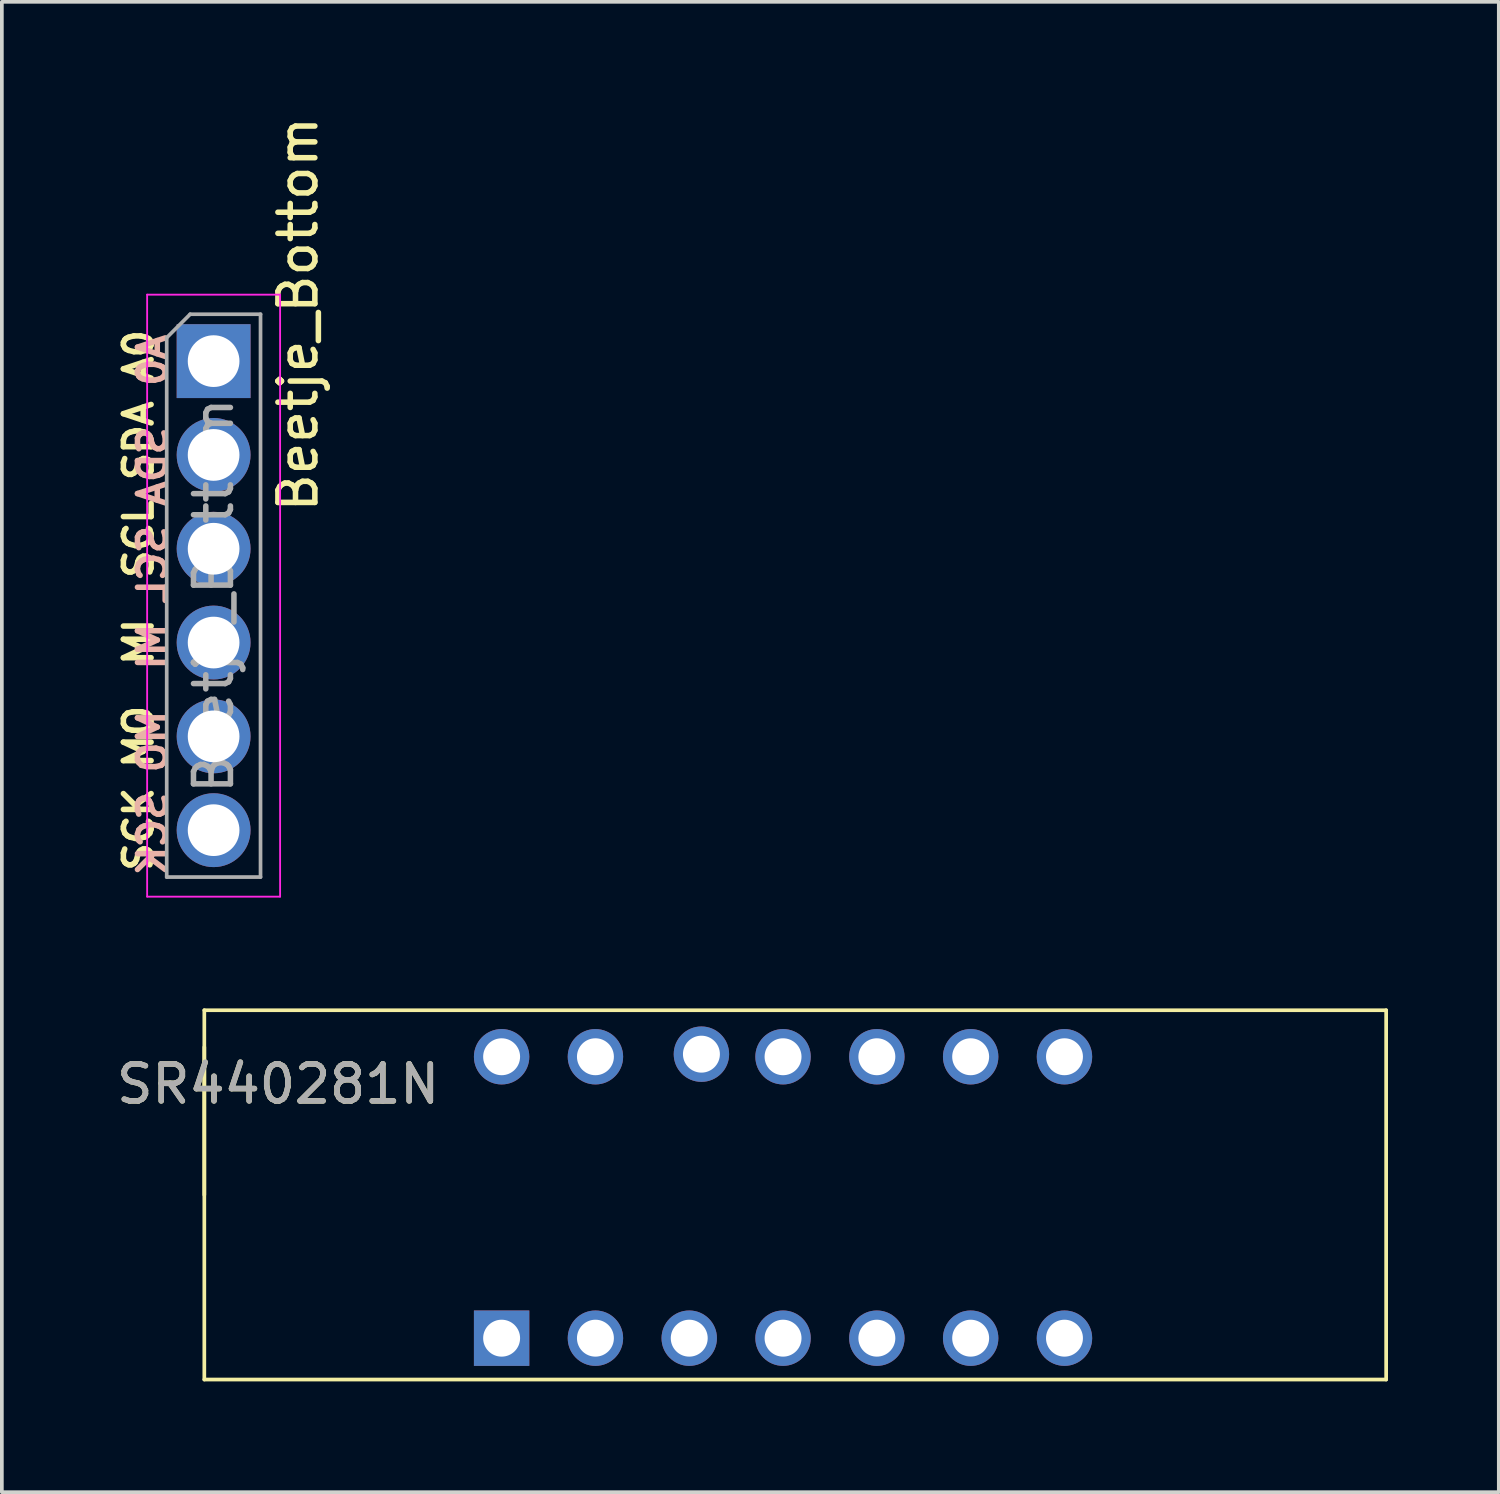
<source format=kicad_pcb>
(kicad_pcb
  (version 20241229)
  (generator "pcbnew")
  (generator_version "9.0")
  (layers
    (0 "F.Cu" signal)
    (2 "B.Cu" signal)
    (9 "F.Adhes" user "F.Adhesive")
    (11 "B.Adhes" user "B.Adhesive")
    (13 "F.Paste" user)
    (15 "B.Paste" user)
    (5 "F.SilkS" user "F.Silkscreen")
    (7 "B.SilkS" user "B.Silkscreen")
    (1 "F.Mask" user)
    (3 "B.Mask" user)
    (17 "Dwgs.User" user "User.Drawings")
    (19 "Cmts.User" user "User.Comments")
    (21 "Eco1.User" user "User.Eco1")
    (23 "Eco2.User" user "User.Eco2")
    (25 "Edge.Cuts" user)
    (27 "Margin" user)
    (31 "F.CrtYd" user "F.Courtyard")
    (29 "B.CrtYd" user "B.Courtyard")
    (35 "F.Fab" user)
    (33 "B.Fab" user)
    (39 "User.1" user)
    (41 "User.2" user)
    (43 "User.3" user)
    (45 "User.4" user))
  (footprint "SR440281N"
    (layer "F.Cu")
    (at 18.482 29.303)
    (property "Reference" "SR440281N" (at -14 -3 180) (layer "F.SilkS") (effects (font (size 1 1) (thickness 0.15))))
    (attr through_hole)
    (fp_line (start -16 -5) (end 16 -5) (stroke (width 0.1) (type solid)) (layer "F.SilkS"))
    (fp_line (start -16 0) (end -16 -4) (stroke (width 0.1) (type solid)) (layer "F.SilkS"))
    (fp_line (start -16 5) (end -16 -5) (stroke (width 0.1) (type solid)) (layer "F.SilkS"))
    (fp_line (start 16 -5) (end 16 5) (stroke (width 0.1) (type solid)) (layer "F.SilkS"))
    (fp_line (start 16 5) (end -16 5) (stroke (width 0.1) (type solid)) (layer "F.SilkS"))
    (fp_text user "${REFERENCE}" (at -14 -3 180) (layer "F.Fab") (effects (font (size 1 1) (thickness 0.15))))
    (pad "1" thru_hole rect (at -7.95 3.88 90) (size 1.5 1.5) (drill 1) (layers "*.Cu" "*.Mask"))
    (pad "2" thru_hole circle (at -5.41 3.88 90) (size 1.5 1.5) (drill 1) (layers "*.Cu" "*.Mask"))
    (pad "3" thru_hole circle (at -2.87 3.88 90) (size 1.5 1.5) (drill 1) (layers "*.Cu" "*.Mask"))
    (pad "4" thru_hole circle (at -0.33 3.88 90) (size 1.5 1.5) (drill 1) (layers "*.Cu" "*.Mask"))
    (pad "5" thru_hole circle (at 2.21 3.88 90) (size 1.5 1.5) (drill 1) (layers "*.Cu" "*.Mask"))
    (pad "6" thru_hole circle (at 4.75 3.88 90) (size 1.5 1.5) (drill 1) (layers "*.Cu" "*.Mask"))
    (pad "7" thru_hole circle (at 7.29 3.88 90) (size 1.5 1.5) (drill 1) (layers "*.Cu" "*.Mask"))
    (pad "8" thru_hole circle (at 7.29 -3.74 90) (size 1.5 1.5) (drill 1) (layers "*.Cu" "*.Mask"))
    (pad "9" thru_hole circle (at 4.75 -3.74 90) (size 1.5 1.5) (drill 1) (layers "*.Cu" "*.Mask"))
    (pad "10" thru_hole circle (at 2.21 -3.74 90) (size 1.5 1.5) (drill 1) (layers "*.Cu" "*.Mask"))
    (pad "11" thru_hole circle (at -0.33 -3.74 90) (size 1.5 1.5) (drill 1) (layers "*.Cu" "*.Mask"))
    (pad "12" thru_hole circle (at -2.54 -3.81 90) (size 1.5 1.5) (drill 1) (layers "*.Cu" "*.Mask"))
    (pad "13" thru_hole circle (at -5.41 -3.74 90) (size 1.5 1.5) (drill 1) (layers "*.Cu" "*.Mask"))
    (pad "14" thru_hole circle (at -7.95 -3.74 90) (size 1.5 1.5) (drill 1) (layers "*.Cu" "*.Mask")))
  (footprint "Beetje_Bottom"
    (layer "F.Cu")
    (at 2.734 6.728)
    (property "Reference" "Beetje_Bottom" (at 2.286 -1.27 90) (layer "F.SilkS") (effects (font (size 1 1) (thickness 0.15))))
    (attr through_hole)
    (fp_line (start -1.8 -1.8) (end -1.8 14.5) (stroke (width 0.05) (type solid)) (layer "F.CrtYd"))
    (fp_line (start -1.8 14.5) (end 1.8 14.5) (stroke (width 0.05) (type solid)) (layer "F.CrtYd"))
    (fp_line (start 1.8 -1.8) (end -1.8 -1.8) (stroke (width 0.05) (type solid)) (layer "F.CrtYd"))
    (fp_line (start 1.8 14.5) (end 1.8 -1.8) (stroke (width 0.05) (type solid)) (layer "F.CrtYd"))
    (fp_line (start -1.27 -0.635) (end -0.635 -1.27) (stroke (width 0.1) (type solid)) (layer "F.Fab"))
    (fp_line (start -1.27 13.97) (end -1.27 -0.635) (stroke (width 0.1) (type solid)) (layer "F.Fab"))
    (fp_line (start -0.635 -1.27) (end 1.27 -1.27) (stroke (width 0.1) (type solid)) (layer "F.Fab"))
    (fp_line (start 1.27 -1.27) (end 1.27 13.97) (stroke (width 0.1) (type solid)) (layer "F.Fab"))
    (fp_line (start 1.27 13.97) (end -1.27 13.97) (stroke (width 0.1) (type solid)) (layer "F.Fab"))
    (fp_text user "SCK MO  MI  SCL SDA A0" (at -2.032 6.477 90) (layer "F.SilkS") (effects (font (size 0.75 0.75) (thickness 0.15))))
    (fp_text user "A0  SDA SCL MI  MO SCK" (at -1.651 6.604 90) (layer "B.SilkS") (effects (font (size 0.75 0.75) (thickness 0.15)) (justify mirror)))
    (fp_text user "${REFERENCE}" (at 0 6.35 90) (layer "F.Fab") (effects (font (size 1 1) (thickness 0.15))))
    (pad "1" thru_hole rect (at 0 0) (size 2 2) (drill 1.4) (layers "*.Cu" "*.Mask"))
    (pad "2" thru_hole oval (at 0 2.54) (size 2 2) (drill 1.4) (layers "*.Cu" "*.Mask"))
    (pad "3" thru_hole oval (at 0 5.08) (size 2 2) (drill 1.4) (layers "*.Cu" "*.Mask"))
    (pad "4" thru_hole oval (at 0 7.62) (size 2 2) (drill 1.4) (layers "*.Cu" "*.Mask"))
    (pad "5" thru_hole oval (at 0 10.16) (size 2 2) (drill 1.4) (layers "*.Cu" "*.Mask"))
    (pad "6" thru_hole oval (at 0 12.7) (size 2 2) (drill 1.4) (layers "*.Cu" "*.Mask")))
  (gr_rect
    (start -3 -3)
    (end 37.532 37.353)
    (stroke (width 0.1) (type default))
    (fill no)
    (layer "Edge.Cuts")))
</source>
